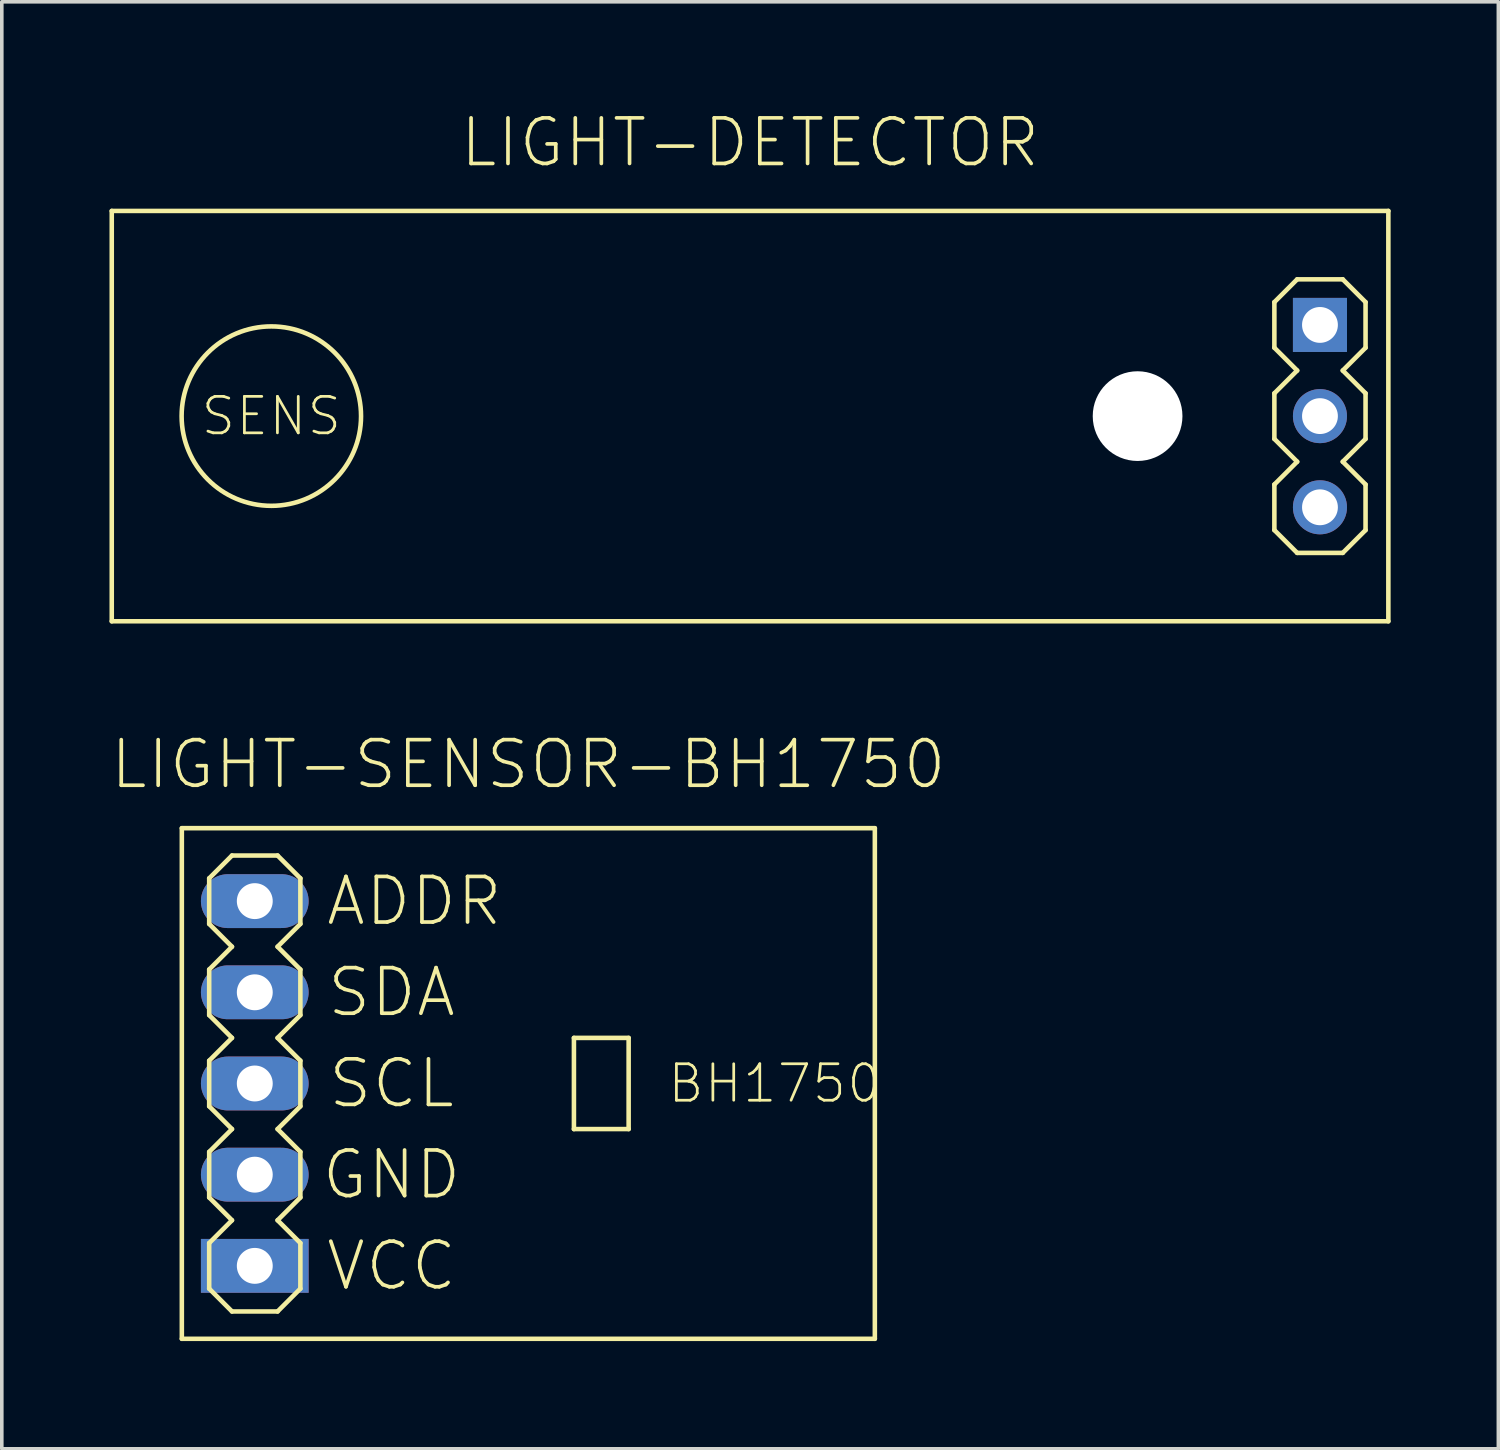
<source format=kicad_pcb>
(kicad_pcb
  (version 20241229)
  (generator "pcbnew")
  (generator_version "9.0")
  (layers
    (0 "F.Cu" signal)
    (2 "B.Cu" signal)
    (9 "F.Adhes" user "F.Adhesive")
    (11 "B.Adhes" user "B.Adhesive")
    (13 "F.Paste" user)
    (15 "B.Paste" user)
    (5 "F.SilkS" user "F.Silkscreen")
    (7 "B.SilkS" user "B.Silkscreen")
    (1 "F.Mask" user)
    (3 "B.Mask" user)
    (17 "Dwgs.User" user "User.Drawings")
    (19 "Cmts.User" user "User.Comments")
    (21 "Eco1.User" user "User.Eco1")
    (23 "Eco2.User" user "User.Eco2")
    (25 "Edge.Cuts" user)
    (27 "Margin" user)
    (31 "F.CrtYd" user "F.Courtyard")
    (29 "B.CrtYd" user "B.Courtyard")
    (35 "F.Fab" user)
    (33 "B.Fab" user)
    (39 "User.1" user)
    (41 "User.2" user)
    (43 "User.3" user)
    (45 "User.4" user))
  (footprint "LIGHT-SENSOR-BH1750"
    (layer "F.Cu")
    (at 11.667 27.131)
    (property "Reference" "LIGHT-SENSOR-BH1750" (at 0 -8.89 0) (layer "F.SilkS") (effects (font (size 1.27 1.27) (thickness 0.102))))
    (attr through_hole exclude_from_pos_files exclude_from_bom)
    (fp_line (start -9.652 -7.112) (end 9.652 -7.112) (stroke (width 0.127) (type solid)) (layer "F.SilkS"))
    (fp_line (start -9.652 7.112) (end -9.652 -7.112) (stroke (width 0.127) (type solid)) (layer "F.SilkS"))
    (fp_line (start -8.89 -5.715) (end -8.89 -4.445) (stroke (width 0.127) (type solid)) (layer "F.SilkS"))
    (fp_line (start -8.89 -5.715) (end -8.255 -6.35) (stroke (width 0.127) (type solid)) (layer "F.SilkS"))
    (fp_line (start -8.89 -4.445) (end -8.255 -3.81) (stroke (width 0.127) (type solid)) (layer "F.SilkS"))
    (fp_line (start -8.89 -3.175) (end -8.89 -1.905) (stroke (width 0.127) (type solid)) (layer "F.SilkS"))
    (fp_line (start -8.89 -1.905) (end -8.255 -1.27) (stroke (width 0.127) (type solid)) (layer "F.SilkS"))
    (fp_line (start -8.89 -0.635) (end -8.89 0.635) (stroke (width 0.127) (type solid)) (layer "F.SilkS"))
    (fp_line (start -8.89 0.635) (end -8.255 1.27) (stroke (width 0.127) (type solid)) (layer "F.SilkS"))
    (fp_line (start -8.89 1.905) (end -8.89 3.175) (stroke (width 0.127) (type solid)) (layer "F.SilkS"))
    (fp_line (start -8.89 3.175) (end -8.255 3.81) (stroke (width 0.127) (type solid)) (layer "F.SilkS"))
    (fp_line (start -8.89 4.445) (end -8.89 5.715) (stroke (width 0.127) (type solid)) (layer "F.SilkS"))
    (fp_line (start -8.89 5.715) (end -8.255 6.35) (stroke (width 0.127) (type solid)) (layer "F.SilkS"))
    (fp_line (start -8.255 -6.35) (end -6.985 -6.35) (stroke (width 0.127) (type solid)) (layer "F.SilkS"))
    (fp_line (start -8.255 -3.81) (end -8.89 -3.175) (stroke (width 0.127) (type solid)) (layer "F.SilkS"))
    (fp_line (start -8.255 -1.27) (end -8.89 -0.635) (stroke (width 0.127) (type solid)) (layer "F.SilkS"))
    (fp_line (start -8.255 1.27) (end -8.89 1.905) (stroke (width 0.127) (type solid)) (layer "F.SilkS"))
    (fp_line (start -8.255 3.81) (end -8.89 4.445) (stroke (width 0.127) (type solid)) (layer "F.SilkS"))
    (fp_line (start -8.255 6.35) (end -6.985 6.35) (stroke (width 0.127) (type solid)) (layer "F.SilkS"))
    (fp_line (start -6.985 -6.35) (end -6.35 -5.715) (stroke (width 0.127) (type solid)) (layer "F.SilkS"))
    (fp_line (start -6.985 -3.81) (end -6.35 -3.175) (stroke (width 0.127) (type solid)) (layer "F.SilkS"))
    (fp_line (start -6.985 -1.27) (end -6.35 -0.635) (stroke (width 0.127) (type solid)) (layer "F.SilkS"))
    (fp_line (start -6.985 1.27) (end -6.35 1.905) (stroke (width 0.127) (type solid)) (layer "F.SilkS"))
    (fp_line (start -6.985 6.35) (end -6.35 5.715) (stroke (width 0.127) (type solid)) (layer "F.SilkS"))
    (fp_line (start -6.35 -5.715) (end -6.35 -4.445) (stroke (width 0.127) (type solid)) (layer "F.SilkS"))
    (fp_line (start -6.35 -4.445) (end -6.985 -3.81) (stroke (width 0.127) (type solid)) (layer "F.SilkS"))
    (fp_line (start -6.35 -3.175) (end -6.35 -1.905) (stroke (width 0.127) (type solid)) (layer "F.SilkS"))
    (fp_line (start -6.35 -1.905) (end -6.985 -1.27) (stroke (width 0.127) (type solid)) (layer "F.SilkS"))
    (fp_line (start -6.35 -0.635) (end -6.35 0.635) (stroke (width 0.127) (type solid)) (layer "F.SilkS"))
    (fp_line (start -6.35 0.635) (end -6.985 1.27) (stroke (width 0.127) (type solid)) (layer "F.SilkS"))
    (fp_line (start -6.35 1.905) (end -6.35 3.175) (stroke (width 0.127) (type solid)) (layer "F.SilkS"))
    (fp_line (start -6.35 3.175) (end -6.985 3.81) (stroke (width 0.127) (type solid)) (layer "F.SilkS"))
    (fp_line (start -6.35 4.445) (end -6.985 3.81) (stroke (width 0.127) (type solid)) (layer "F.SilkS"))
    (fp_line (start -6.35 5.715) (end -6.35 4.445) (stroke (width 0.127) (type solid)) (layer "F.SilkS"))
    (fp_line (start 1.27 -1.27) (end 2.794 -1.27) (stroke (width 0.127) (type solid)) (layer "F.SilkS"))
    (fp_line (start 1.27 1.27) (end 1.27 -1.27) (stroke (width 0.127) (type solid)) (layer "F.SilkS"))
    (fp_line (start 2.794 -1.27) (end 2.794 1.27) (stroke (width 0.127) (type solid)) (layer "F.SilkS"))
    (fp_line (start 2.794 1.27) (end 1.27 1.27) (stroke (width 0.127) (type solid)) (layer "F.SilkS"))
    (fp_line (start 9.652 -7.112) (end 9.652 7.112) (stroke (width 0.127) (type solid)) (layer "F.SilkS"))
    (fp_line (start 9.652 7.112) (end -9.652 7.112) (stroke (width 0.127) (type solid)) (layer "F.SilkS"))
    (fp_text user "SDA" (at -3.81 -2.54 0) (layer "F.SilkS") (effects (font (size 1.27 1.27) (thickness 0.102))))
    (fp_text user "GND" (at -3.81 2.54 0) (layer "F.SilkS") (effects (font (size 1.27 1.27) (thickness 0.102))))
    (fp_text user "ADDR" (at -3.175 -5.08 0) (layer "F.SilkS") (effects (font (size 1.27 1.27) (thickness 0.102))))
    (fp_text user "VCC" (at -3.81 5.08 0) (layer "F.SilkS") (effects (font (size 1.27 1.27) (thickness 0.102))))
    (fp_text user "SCL" (at -3.81 0 0) (layer "F.SilkS") (effects (font (size 1.27 1.27) (thickness 0.102))))
    (fp_text user "BH1750" (at 6.858 0 0) (layer "F.SilkS") (effects (font (size 1.016 1.016) (thickness 0.076))))
    (pad "1" thru_hole rect (at -7.62 5.08) (size 3 1.5) (drill 1) (layers "*.Cu" "*.Paste" "*.Mask"))
    (pad "2" thru_hole oval (at -7.62 2.54) (size 3 1.5) (drill 1) (layers "*.Cu" "*.Paste" "*.Mask"))
    (pad "3" thru_hole oval (at -7.62 0) (size 3 1.5) (drill 1) (layers "*.Cu" "*.Paste" "*.Mask"))
    (pad "4" thru_hole oval (at -7.62 -2.54) (size 3 1.5) (drill 1) (layers "*.Cu" "*.Paste" "*.Mask"))
    (pad "5" thru_hole oval (at -7.62 -5.08) (size 3 1.5) (drill 1) (layers "*.Cu" "*.Paste" "*.Mask")))
  (footprint "LIGHT-DETECTOR"
    (layer "F.Cu")
    (at 17.843 8.541)
    (property "Reference" "LIGHT-DETECTOR" (at 0 -7.62 0) (layer "F.SilkS") (effects (font (size 1.27 1.27) (thickness 0.102))))
    (attr exclude_from_pos_files exclude_from_bom)
    (fp_line (start -17.78 -5.715) (end 17.78 -5.715) (stroke (width 0.127) (type solid)) (layer "F.SilkS"))
    (fp_line (start -17.78 5.715) (end -17.78 -5.715) (stroke (width 0.127) (type solid)) (layer "F.SilkS"))
    (fp_line (start 14.605 -3.175) (end 15.24 -3.81) (stroke (width 0.127) (type solid)) (layer "F.SilkS"))
    (fp_line (start 14.605 -1.905) (end 14.605 -3.175) (stroke (width 0.127) (type solid)) (layer "F.SilkS"))
    (fp_line (start 14.605 -0.635) (end 15.24 -1.27) (stroke (width 0.127) (type solid)) (layer "F.SilkS"))
    (fp_line (start 14.605 0.635) (end 14.605 -0.635) (stroke (width 0.127) (type solid)) (layer "F.SilkS"))
    (fp_line (start 14.605 1.905) (end 15.24 1.27) (stroke (width 0.127) (type solid)) (layer "F.SilkS"))
    (fp_line (start 14.605 3.175) (end 14.605 1.905) (stroke (width 0.127) (type solid)) (layer "F.SilkS"))
    (fp_line (start 15.24 -3.81) (end 16.51 -3.81) (stroke (width 0.127) (type solid)) (layer "F.SilkS"))
    (fp_line (start 15.24 -1.27) (end 14.605 -1.905) (stroke (width 0.127) (type solid)) (layer "F.SilkS"))
    (fp_line (start 15.24 1.27) (end 14.605 0.635) (stroke (width 0.127) (type solid)) (layer "F.SilkS"))
    (fp_line (start 15.24 3.81) (end 14.605 3.175) (stroke (width 0.127) (type solid)) (layer "F.SilkS"))
    (fp_line (start 16.51 -3.81) (end 17.145 -3.175) (stroke (width 0.127) (type solid)) (layer "F.SilkS"))
    (fp_line (start 16.51 -1.27) (end 17.145 -0.635) (stroke (width 0.127) (type solid)) (layer "F.SilkS"))
    (fp_line (start 16.51 1.27) (end 17.145 1.905) (stroke (width 0.127) (type solid)) (layer "F.SilkS"))
    (fp_line (start 16.51 3.81) (end 15.24 3.81) (stroke (width 0.127) (type solid)) (layer "F.SilkS"))
    (fp_line (start 17.145 -3.175) (end 17.145 -1.905) (stroke (width 0.127) (type solid)) (layer "F.SilkS"))
    (fp_line (start 17.145 -1.905) (end 16.51 -1.27) (stroke (width 0.127) (type solid)) (layer "F.SilkS"))
    (fp_line (start 17.145 -0.635) (end 17.145 0.635) (stroke (width 0.127) (type solid)) (layer "F.SilkS"))
    (fp_line (start 17.145 0.635) (end 16.51 1.27) (stroke (width 0.127) (type solid)) (layer "F.SilkS"))
    (fp_line (start 17.145 1.905) (end 17.145 3.175) (stroke (width 0.127) (type solid)) (layer "F.SilkS"))
    (fp_line (start 17.145 3.175) (end 16.51 3.81) (stroke (width 0.127) (type solid)) (layer "F.SilkS"))
    (fp_line (start 17.78 -5.715) (end 17.78 5.715) (stroke (width 0.127) (type solid)) (layer "F.SilkS"))
    (fp_line (start 17.78 5.715) (end -17.78 5.715) (stroke (width 0.127) (type solid)) (layer "F.SilkS"))
    (fp_circle (center -13.335 0) (end -13.335 -2.499) (stroke (width 0.127) (type solid)) (fill no) (layer "F.SilkS"))
    (fp_text user "SENS" (at -13.335 0 0) (layer "F.SilkS") (effects (font (size 1.016 1.016) (thickness 0.076))))
    (pad "" np_thru_hole circle (at 10.795 0) (size 2.499 2.499) (drill 2.499) (layers "*.Cu" "*.Mask"))
    (pad "1" thru_hole rect (at 15.875 -2.54) (size 1.506 1.506) (drill 0.998) (layers "*.Cu" "*.Paste" "*.Mask"))
    (pad "2" thru_hole circle (at 15.875 0) (size 1.506 1.506) (drill 0.998) (layers "*.Cu" "*.Paste" "*.Mask"))
    (pad "3" thru_hole circle (at 15.875 2.54) (size 1.506 1.506) (drill 0.998) (layers "*.Cu" "*.Paste" "*.Mask")))
  (gr_rect
    (start -3 -3)
    (end 38.687 37.307)
    (stroke (width 0.1) (type default))
    (fill no)
    (layer "Edge.Cuts")))
</source>
